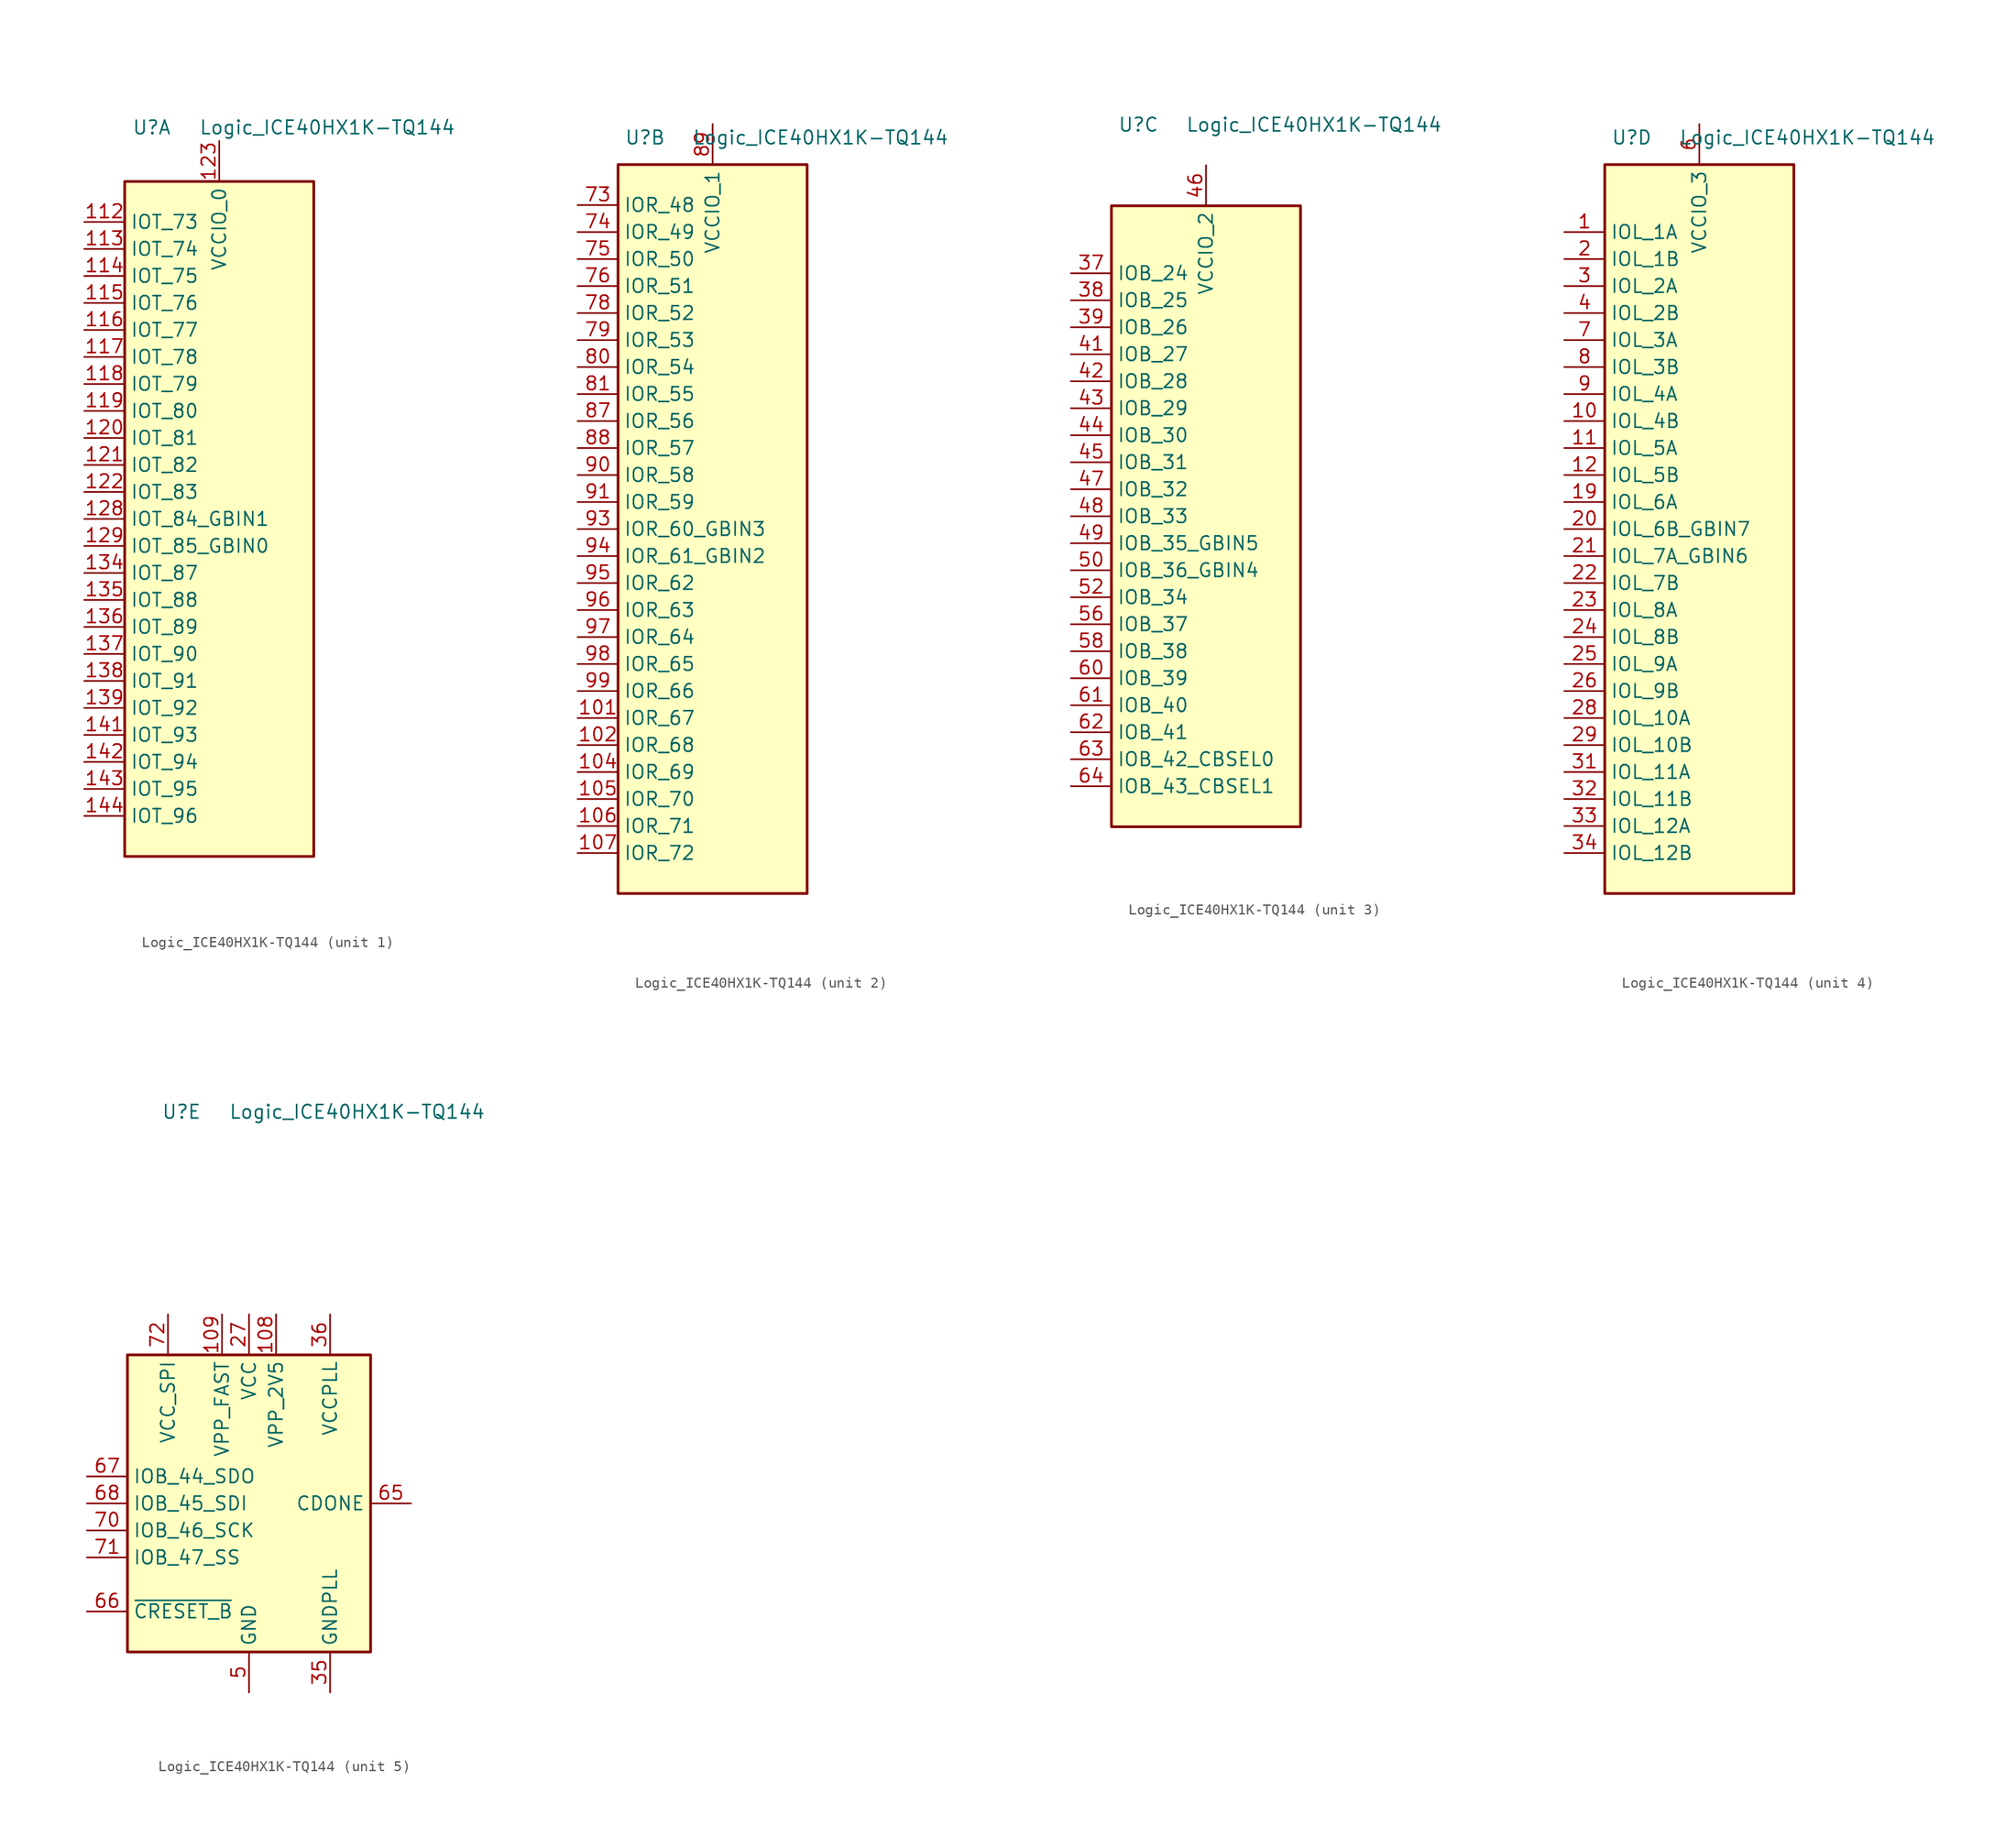
<source format=kicad_sym>
(kicad_symbol_lib
  (version 20220914)
  (generator kicad_symbol_editor)
  (symbol "Logic_ICE40HX1K-TQ144"
    (property "Reference" "U"
      (at -6.35 36.83 0)
      (effects (font (size 1.27 1.27))))
    (property "Value" "Logic_ICE40HX1K-TQ144"
      (at 10.16 36.83 0)
      (effects (font (size 1.27 1.27))))
    (property "ki_locked" ""
      (at 0 0 0)
      (effects (font (size 1.27 1.27))))
    (symbol "Logic_ICE40HX1K-TQ144_1_1"
      (rectangle (start -8.89 31.75) (end 8.89 -31.75) (stroke (width 0.254) (type solid)) (fill (type background)))
      (pin bidirectional line (at -12.7 27.94 0) (length 3.81) (name "IOT_73" (effects (font (size 1.27 1.27)))) (number "112" (effects (font (size 1.27 1.27)))))
      (pin bidirectional line (at -12.7 25.4 0) (length 3.81) (name "IOT_74" (effects (font (size 1.27 1.27)))) (number "113" (effects (font (size 1.27 1.27)))))
      (pin bidirectional line (at -12.7 22.86 0) (length 3.81) (name "IOT_75" (effects (font (size 1.27 1.27)))) (number "114" (effects (font (size 1.27 1.27)))))
      (pin bidirectional line (at -12.7 20.32 0) (length 3.81) (name "IOT_76" (effects (font (size 1.27 1.27)))) (number "115" (effects (font (size 1.27 1.27)))))
      (pin bidirectional line (at -12.7 17.78 0) (length 3.81) (name "IOT_77" (effects (font (size 1.27 1.27)))) (number "116" (effects (font (size 1.27 1.27)))))
      (pin bidirectional line (at -12.7 15.24 0) (length 3.81) (name "IOT_78" (effects (font (size 1.27 1.27)))) (number "117" (effects (font (size 1.27 1.27)))))
      (pin bidirectional line (at -12.7 12.7 0) (length 3.81) (name "IOT_79" (effects (font (size 1.27 1.27)))) (number "118" (effects (font (size 1.27 1.27)))))
      (pin bidirectional line (at -12.7 10.16 0) (length 3.81) (name "IOT_80" (effects (font (size 1.27 1.27)))) (number "119" (effects (font (size 1.27 1.27)))))
      (pin bidirectional line (at -12.7 7.62 0) (length 3.81) (name "IOT_81" (effects (font (size 1.27 1.27)))) (number "120" (effects (font (size 1.27 1.27)))))
      (pin bidirectional line (at -12.7 5.08 0) (length 3.81) (name "IOT_82" (effects (font (size 1.27 1.27)))) (number "121" (effects (font (size 1.27 1.27)))))
      (pin bidirectional line (at -12.7 2.54 0) (length 3.81) (name "IOT_83" (effects (font (size 1.27 1.27)))) (number "122" (effects (font (size 1.27 1.27)))))
      (pin power_in line (at 0 35.56 270) (length 3.81) (name "VCCIO_0" (effects (font (size 1.27 1.27)))) (number "123" (effects (font (size 1.27 1.27)))))
      (pin bidirectional line (at -12.7 0 0) (length 3.81) (name "IOT_84_GBIN1" (effects (font (size 1.27 1.27)))) (number "128" (effects (font (size 1.27 1.27)))))
      (pin bidirectional line (at -12.7 -2.54 0) (length 3.81) (name "IOT_85_GBIN0" (effects (font (size 1.27 1.27)))) (number "129" (effects (font (size 1.27 1.27)))))
      (pin passive line (at 0 35.56 270) (length 3.81) hide (name "VCCIO_0" (effects (font (size 1.27 1.27)))) (number "133" (effects (font (size 1.27 1.27)))))
      (pin bidirectional line (at -12.7 -5.08 0) (length 3.81) (name "IOT_87" (effects (font (size 1.27 1.27)))) (number "134" (effects (font (size 1.27 1.27)))))
      (pin bidirectional line (at -12.7 -7.62 0) (length 3.81) (name "IOT_88" (effects (font (size 1.27 1.27)))) (number "135" (effects (font (size 1.27 1.27)))))
      (pin bidirectional line (at -12.7 -10.16 0) (length 3.81) (name "IOT_89" (effects (font (size 1.27 1.27)))) (number "136" (effects (font (size 1.27 1.27)))))
      (pin bidirectional line (at -12.7 -12.7 0) (length 3.81) (name "IOT_90" (effects (font (size 1.27 1.27)))) (number "137" (effects (font (size 1.27 1.27)))))
      (pin bidirectional line (at -12.7 -15.24 0) (length 3.81) (name "IOT_91" (effects (font (size 1.27 1.27)))) (number "138" (effects (font (size 1.27 1.27)))))
      (pin bidirectional line (at -12.7 -17.78 0) (length 3.81) (name "IOT_92" (effects (font (size 1.27 1.27)))) (number "139" (effects (font (size 1.27 1.27)))))
      (pin bidirectional line (at -12.7 -20.32 0) (length 3.81) (name "IOT_93" (effects (font (size 1.27 1.27)))) (number "141" (effects (font (size 1.27 1.27)))))
      (pin bidirectional line (at -12.7 -22.86 0) (length 3.81) (name "IOT_94" (effects (font (size 1.27 1.27)))) (number "142" (effects (font (size 1.27 1.27)))))
      (pin bidirectional line (at -12.7 -25.4 0) (length 3.81) (name "IOT_95" (effects (font (size 1.27 1.27)))) (number "143" (effects (font (size 1.27 1.27)))))
      (pin bidirectional line (at -12.7 -27.94 0) (length 3.81) (name "IOT_96" (effects (font (size 1.27 1.27)))) (number "144" (effects (font (size 1.27 1.27)))))
      (pin no_connect line (at 7.62 10.16 180) (length 3.81) hide (name "NC" (effects (font (size 1.27 1.27)))) (number "15" (effects (font (size 1.27 1.27)))))
      (pin no_connect line (at 7.62 7.62 180) (length 3.81) hide (name "NC" (effects (font (size 1.27 1.27)))) (number "16" (effects (font (size 1.27 1.27)))))
      (pin no_connect line (at 7.62 5.08 180) (length 3.81) hide (name "NC" (effects (font (size 1.27 1.27)))) (number "17" (effects (font (size 1.27 1.27)))))
      (pin no_connect line (at 7.62 -7.62 180) (length 3.81) hide (name "NC" (effects (font (size 1.27 1.27)))) (number "18" (effects (font (size 1.27 1.27)))))
      (pin no_connect line (at 7.62 -10.16 180) (length 3.81) hide (name "NC" (effects (font (size 1.27 1.27)))) (number "77" (effects (font (size 1.27 1.27))))))
    (symbol "Logic_ICE40HX1K-TQ144_2_1"
      (rectangle (start -8.89 34.29) (end 8.89 -34.29) (stroke (width 0.254) (type solid)) (fill (type background)))
      (pin passive line (at 0 38.1 270) (length 3.81) hide (name "VCCIO_1" (effects (font (size 1.27 1.27)))) (number "100" (effects (font (size 1.27 1.27)))))
      (pin bidirectional line (at -12.7 -17.78 0) (length 3.81) (name "IOR_67" (effects (font (size 1.27 1.27)))) (number "101" (effects (font (size 1.27 1.27)))))
      (pin bidirectional line (at -12.7 -20.32 0) (length 3.81) (name "IOR_68" (effects (font (size 1.27 1.27)))) (number "102" (effects (font (size 1.27 1.27)))))
      (pin bidirectional line (at -12.7 -22.86 0) (length 3.81) (name "IOR_69" (effects (font (size 1.27 1.27)))) (number "104" (effects (font (size 1.27 1.27)))))
      (pin bidirectional line (at -12.7 -25.4 0) (length 3.81) (name "IOR_70" (effects (font (size 1.27 1.27)))) (number "105" (effects (font (size 1.27 1.27)))))
      (pin bidirectional line (at -12.7 -27.94 0) (length 3.81) (name "IOR_71" (effects (font (size 1.27 1.27)))) (number "106" (effects (font (size 1.27 1.27)))))
      (pin bidirectional line (at -12.7 -30.48 0) (length 3.81) (name "IOR_72" (effects (font (size 1.27 1.27)))) (number "107" (effects (font (size 1.27 1.27)))))
      (pin no_connect line (at 7.62 10.16 180) (length 3.81) hide (name "NC" (effects (font (size 1.27 1.27)))) (number "40" (effects (font (size 1.27 1.27)))))
      (pin no_connect line (at 7.62 7.62 180) (length 3.81) hide (name "NC" (effects (font (size 1.27 1.27)))) (number "53" (effects (font (size 1.27 1.27)))))
      (pin no_connect line (at 7.62 5.08 180) (length 3.81) hide (name "NC" (effects (font (size 1.27 1.27)))) (number "54" (effects (font (size 1.27 1.27)))))
      (pin no_connect line (at 7.62 -7.62 180) (length 3.81) hide (name "NC" (effects (font (size 1.27 1.27)))) (number "55" (effects (font (size 1.27 1.27)))))
      (pin bidirectional line (at -12.7 30.48 0) (length 3.81) (name "IOR_48" (effects (font (size 1.27 1.27)))) (number "73" (effects (font (size 1.27 1.27)))))
      (pin bidirectional line (at -12.7 27.94 0) (length 3.81) (name "IOR_49" (effects (font (size 1.27 1.27)))) (number "74" (effects (font (size 1.27 1.27)))))
      (pin bidirectional line (at -12.7 25.4 0) (length 3.81) (name "IOR_50" (effects (font (size 1.27 1.27)))) (number "75" (effects (font (size 1.27 1.27)))))
      (pin bidirectional line (at -12.7 22.86 0) (length 3.81) (name "IOR_51" (effects (font (size 1.27 1.27)))) (number "76" (effects (font (size 1.27 1.27)))))
      (pin bidirectional line (at -12.7 20.32 0) (length 3.81) (name "IOR_52" (effects (font (size 1.27 1.27)))) (number "78" (effects (font (size 1.27 1.27)))))
      (pin bidirectional line (at -12.7 17.78 0) (length 3.81) (name "IOR_53" (effects (font (size 1.27 1.27)))) (number "79" (effects (font (size 1.27 1.27)))))
      (pin bidirectional line (at -12.7 15.24 0) (length 3.81) (name "IOR_54" (effects (font (size 1.27 1.27)))) (number "80" (effects (font (size 1.27 1.27)))))
      (pin bidirectional line (at -12.7 12.7 0) (length 3.81) (name "IOR_55" (effects (font (size 1.27 1.27)))) (number "81" (effects (font (size 1.27 1.27)))))
      (pin no_connect line (at 7.62 -10.16 180) (length 3.81) hide (name "NC" (effects (font (size 1.27 1.27)))) (number "82" (effects (font (size 1.27 1.27)))))
      (pin bidirectional line (at -12.7 10.16 0) (length 3.81) (name "IOR_56" (effects (font (size 1.27 1.27)))) (number "87" (effects (font (size 1.27 1.27)))))
      (pin bidirectional line (at -12.7 7.62 0) (length 3.81) (name "IOR_57" (effects (font (size 1.27 1.27)))) (number "88" (effects (font (size 1.27 1.27)))))
      (pin power_in line (at 0 38.1 270) (length 3.81) (name "VCCIO_1" (effects (font (size 1.27 1.27)))) (number "89" (effects (font (size 1.27 1.27)))))
      (pin bidirectional line (at -12.7 5.08 0) (length 3.81) (name "IOR_58" (effects (font (size 1.27 1.27)))) (number "90" (effects (font (size 1.27 1.27)))))
      (pin bidirectional line (at -12.7 2.54 0) (length 3.81) (name "IOR_59" (effects (font (size 1.27 1.27)))) (number "91" (effects (font (size 1.27 1.27)))))
      (pin bidirectional line (at -12.7 0 0) (length 3.81) (name "IOR_60_GBIN3" (effects (font (size 1.27 1.27)))) (number "93" (effects (font (size 1.27 1.27)))))
      (pin bidirectional line (at -12.7 -2.54 0) (length 3.81) (name "IOR_61_GBIN2" (effects (font (size 1.27 1.27)))) (number "94" (effects (font (size 1.27 1.27)))))
      (pin bidirectional line (at -12.7 -5.08 0) (length 3.81) (name "IOR_62" (effects (font (size 1.27 1.27)))) (number "95" (effects (font (size 1.27 1.27)))))
      (pin bidirectional line (at -12.7 -7.62 0) (length 3.81) (name "IOR_63" (effects (font (size 1.27 1.27)))) (number "96" (effects (font (size 1.27 1.27)))))
      (pin bidirectional line (at -12.7 -10.16 0) (length 3.81) (name "IOR_64" (effects (font (size 1.27 1.27)))) (number "97" (effects (font (size 1.27 1.27)))))
      (pin bidirectional line (at -12.7 -12.7 0) (length 3.81) (name "IOR_65" (effects (font (size 1.27 1.27)))) (number "98" (effects (font (size 1.27 1.27)))))
      (pin bidirectional line (at -12.7 -15.24 0) (length 3.81) (name "IOR_66" (effects (font (size 1.27 1.27)))) (number "99" (effects (font (size 1.27 1.27))))))
    (symbol "Logic_ICE40HX1K-TQ144_3_1"
      (rectangle (start -8.89 29.21) (end 8.89 -29.21) (stroke (width 0.254) (type solid)) (fill (type background)))
      (pin no_connect line (at 7.62 -10.16 180) (length 3.81) hide (name "NC" (effects (font (size 1.27 1.27)))) (number "110" (effects (font (size 1.27 1.27)))))
      (pin no_connect line (at 7.62 -17.78 180) (length 3.81) hide (name "NC" (effects (font (size 1.27 1.27)))) (number "124" (effects (font (size 1.27 1.27)))))
      (pin bidirectional line (at -12.7 22.86 0) (length 3.81) (name "IOB_24" (effects (font (size 1.27 1.27)))) (number "37" (effects (font (size 1.27 1.27)))))
      (pin bidirectional line (at -12.7 20.32 0) (length 3.81) (name "IOB_25" (effects (font (size 1.27 1.27)))) (number "38" (effects (font (size 1.27 1.27)))))
      (pin bidirectional line (at -12.7 17.78 0) (length 3.81) (name "IOB_26" (effects (font (size 1.27 1.27)))) (number "39" (effects (font (size 1.27 1.27)))))
      (pin bidirectional line (at -12.7 15.24 0) (length 3.81) (name "IOB_27" (effects (font (size 1.27 1.27)))) (number "41" (effects (font (size 1.27 1.27)))))
      (pin bidirectional line (at -12.7 12.7 0) (length 3.81) (name "IOB_28" (effects (font (size 1.27 1.27)))) (number "42" (effects (font (size 1.27 1.27)))))
      (pin bidirectional line (at -12.7 10.16 0) (length 3.81) (name "IOB_29" (effects (font (size 1.27 1.27)))) (number "43" (effects (font (size 1.27 1.27)))))
      (pin bidirectional line (at -12.7 7.62 0) (length 3.81) (name "IOB_30" (effects (font (size 1.27 1.27)))) (number "44" (effects (font (size 1.27 1.27)))))
      (pin bidirectional line (at -12.7 5.08 0) (length 3.81) (name "IOB_31" (effects (font (size 1.27 1.27)))) (number "45" (effects (font (size 1.27 1.27)))))
      (pin power_in line (at 0 33.02 270) (length 3.81) (name "VCCIO_2" (effects (font (size 1.27 1.27)))) (number "46" (effects (font (size 1.27 1.27)))))
      (pin bidirectional line (at -12.7 2.54 0) (length 3.81) (name "IOB_32" (effects (font (size 1.27 1.27)))) (number "47" (effects (font (size 1.27 1.27)))))
      (pin bidirectional line (at -12.7 0 0) (length 3.81) (name "IOB_33" (effects (font (size 1.27 1.27)))) (number "48" (effects (font (size 1.27 1.27)))))
      (pin bidirectional line (at -12.7 -2.54 0) (length 3.81) (name "IOB_35_GBIN5" (effects (font (size 1.27 1.27)))) (number "49" (effects (font (size 1.27 1.27)))))
      (pin bidirectional line (at -12.7 -5.08 0) (length 3.81) (name "IOB_36_GBIN4" (effects (font (size 1.27 1.27)))) (number "50" (effects (font (size 1.27 1.27)))))
      (pin bidirectional line (at -12.7 -7.62 0) (length 3.81) (name "IOB_34" (effects (font (size 1.27 1.27)))) (number "52" (effects (font (size 1.27 1.27)))))
      (pin bidirectional line (at -12.7 -10.16 0) (length 3.81) (name "IOB_37" (effects (font (size 1.27 1.27)))) (number "56" (effects (font (size 1.27 1.27)))))
      (pin passive line (at 0 33.02 270) (length 3.81) hide (name "VCCIO_2" (effects (font (size 1.27 1.27)))) (number "57" (effects (font (size 1.27 1.27)))))
      (pin bidirectional line (at -12.7 -12.7 0) (length 3.81) (name "IOB_38" (effects (font (size 1.27 1.27)))) (number "58" (effects (font (size 1.27 1.27)))))
      (pin bidirectional line (at -12.7 -15.24 0) (length 3.81) (name "IOB_39" (effects (font (size 1.27 1.27)))) (number "60" (effects (font (size 1.27 1.27)))))
      (pin bidirectional line (at -12.7 -17.78 0) (length 3.81) (name "IOB_40" (effects (font (size 1.27 1.27)))) (number "61" (effects (font (size 1.27 1.27)))))
      (pin bidirectional line (at -12.7 -20.32 0) (length 3.81) (name "IOB_41" (effects (font (size 1.27 1.27)))) (number "62" (effects (font (size 1.27 1.27)))))
      (pin bidirectional line (at -12.7 -22.86 0) (length 3.81) (name "IOB_42_CBSEL0" (effects (font (size 1.27 1.27)))) (number "63" (effects (font (size 1.27 1.27)))))
      (pin bidirectional line (at -12.7 -25.4 0) (length 3.81) (name "IOB_43_CBSEL1" (effects (font (size 1.27 1.27)))) (number "64" (effects (font (size 1.27 1.27)))))
      (pin no_connect line (at 7.62 10.16 180) (length 3.81) hide (name "NC" (effects (font (size 1.27 1.27)))) (number "83" (effects (font (size 1.27 1.27)))))
      (pin no_connect line (at 7.62 7.62 180) (length 3.81) hide (name "NC" (effects (font (size 1.27 1.27)))) (number "84" (effects (font (size 1.27 1.27)))))
      (pin no_connect line (at 7.62 -12.7 180) (length 3.81) hide (name "NC" (effects (font (size 1.27 1.27)))) (number "85" (effects (font (size 1.27 1.27))))))
    (symbol "Logic_ICE40HX1K-TQ144_4_1"
      (rectangle (start -8.89 34.29) (end 8.89 -34.29) (stroke (width 0.254) (type solid)) (fill (type background)))
      (pin bidirectional line (at -12.7 27.94 0) (length 3.81) (name "IOL_1A" (effects (font (size 1.27 1.27)))) (number "1" (effects (font (size 1.27 1.27)))))
      (pin bidirectional line (at -12.7 10.16 0) (length 3.81) (name "IOL_4B" (effects (font (size 1.27 1.27)))) (number "10" (effects (font (size 1.27 1.27)))))
      (pin bidirectional line (at -12.7 7.62 0) (length 3.81) (name "IOL_5A" (effects (font (size 1.27 1.27)))) (number "11" (effects (font (size 1.27 1.27)))))
      (pin bidirectional line (at -12.7 5.08 0) (length 3.81) (name "IOL_5B" (effects (font (size 1.27 1.27)))) (number "12" (effects (font (size 1.27 1.27)))))
      (pin no_connect line (at 7.62 10.16 180) (length 3.81) hide (name "NC" (effects (font (size 1.27 1.27)))) (number "125" (effects (font (size 1.27 1.27)))))
      (pin no_connect line (at 7.62 7.62 180) (length 3.81) hide (name "NC" (effects (font (size 1.27 1.27)))) (number "126" (effects (font (size 1.27 1.27)))))
      (pin no_connect line (at 7.62 5.08 180) (length 3.81) hide (name "NC" (effects (font (size 1.27 1.27)))) (number "127" (effects (font (size 1.27 1.27)))))
      (pin no_connect line (at 7.62 -7.62 180) (length 3.81) hide (name "NC" (effects (font (size 1.27 1.27)))) (number "130" (effects (font (size 1.27 1.27)))))
      (pin no_connect line (at 7.62 -10.16 180) (length 3.81) hide (name "NC" (effects (font (size 1.27 1.27)))) (number "131" (effects (font (size 1.27 1.27)))))
      (pin bidirectional line (at -12.7 2.54 0) (length 3.81) (name "IOL_6A" (effects (font (size 1.27 1.27)))) (number "19" (effects (font (size 1.27 1.27)))))
      (pin bidirectional line (at -12.7 25.4 0) (length 3.81) (name "IOL_1B" (effects (font (size 1.27 1.27)))) (number "2" (effects (font (size 1.27 1.27)))))
      (pin bidirectional line (at -12.7 0 0) (length 3.81) (name "IOL_6B_GBIN7" (effects (font (size 1.27 1.27)))) (number "20" (effects (font (size 1.27 1.27)))))
      (pin bidirectional line (at -12.7 -2.54 0) (length 3.81) (name "IOL_7A_GBIN6" (effects (font (size 1.27 1.27)))) (number "21" (effects (font (size 1.27 1.27)))))
      (pin bidirectional line (at -12.7 -5.08 0) (length 3.81) (name "IOL_7B" (effects (font (size 1.27 1.27)))) (number "22" (effects (font (size 1.27 1.27)))))
      (pin bidirectional line (at -12.7 -7.62 0) (length 3.81) (name "IOL_8A" (effects (font (size 1.27 1.27)))) (number "23" (effects (font (size 1.27 1.27)))))
      (pin bidirectional line (at -12.7 -10.16 0) (length 3.81) (name "IOL_8B" (effects (font (size 1.27 1.27)))) (number "24" (effects (font (size 1.27 1.27)))))
      (pin bidirectional line (at -12.7 -12.7 0) (length 3.81) (name "IOL_9A" (effects (font (size 1.27 1.27)))) (number "25" (effects (font (size 1.27 1.27)))))
      (pin bidirectional line (at -12.7 -15.24 0) (length 3.81) (name "IOL_9B" (effects (font (size 1.27 1.27)))) (number "26" (effects (font (size 1.27 1.27)))))
      (pin bidirectional line (at -12.7 -17.78 0) (length 3.81) (name "IOL_10A" (effects (font (size 1.27 1.27)))) (number "28" (effects (font (size 1.27 1.27)))))
      (pin bidirectional line (at -12.7 -20.32 0) (length 3.81) (name "IOL_10B" (effects (font (size 1.27 1.27)))) (number "29" (effects (font (size 1.27 1.27)))))
      (pin bidirectional line (at -12.7 22.86 0) (length 3.81) (name "IOL_2A" (effects (font (size 1.27 1.27)))) (number "3" (effects (font (size 1.27 1.27)))))
      (pin passive line (at 0 38.1 270) (length 3.81) hide (name "VCCIO_3" (effects (font (size 1.27 1.27)))) (number "30" (effects (font (size 1.27 1.27)))))
      (pin bidirectional line (at -12.7 -22.86 0) (length 3.81) (name "IOL_11A" (effects (font (size 1.27 1.27)))) (number "31" (effects (font (size 1.27 1.27)))))
      (pin bidirectional line (at -12.7 -25.4 0) (length 3.81) (name "IOL_11B" (effects (font (size 1.27 1.27)))) (number "32" (effects (font (size 1.27 1.27)))))
      (pin bidirectional line (at -12.7 -27.94 0) (length 3.81) (name "IOL_12A" (effects (font (size 1.27 1.27)))) (number "33" (effects (font (size 1.27 1.27)))))
      (pin bidirectional line (at -12.7 -30.48 0) (length 3.81) (name "IOL_12B" (effects (font (size 1.27 1.27)))) (number "34" (effects (font (size 1.27 1.27)))))
      (pin bidirectional line (at -12.7 20.32 0) (length 3.81) (name "IOL_2B" (effects (font (size 1.27 1.27)))) (number "4" (effects (font (size 1.27 1.27)))))
      (pin power_in line (at 0 38.1 270) (length 3.81) (name "VCCIO_3" (effects (font (size 1.27 1.27)))) (number "6" (effects (font (size 1.27 1.27)))))
      (pin bidirectional line (at -12.7 17.78 0) (length 3.81) (name "IOL_3A" (effects (font (size 1.27 1.27)))) (number "7" (effects (font (size 1.27 1.27)))))
      (pin bidirectional line (at -12.7 15.24 0) (length 3.81) (name "IOL_3B" (effects (font (size 1.27 1.27)))) (number "8" (effects (font (size 1.27 1.27)))))
      (pin bidirectional line (at -12.7 12.7 0) (length 3.81) (name "IOL_4A" (effects (font (size 1.27 1.27)))) (number "9" (effects (font (size 1.27 1.27))))))
    (symbol "Logic_ICE40HX1K-TQ144_5_1"
      (rectangle (start -11.43 13.97) (end 11.43 -13.97) (stroke (width 0.254) (type solid)) (fill (type background)))
      (pin passive line (at 0 -17.78 90) (length 3.81) hide (name "GND" (effects (font (size 1.27 1.27)))) (number "103" (effects (font (size 1.27 1.27)))))
      (pin power_in line (at 2.54 17.78 270) (length 3.81) (name "VPP_2V5" (effects (font (size 1.27 1.27)))) (number "108" (effects (font (size 1.27 1.27)))))
      (pin power_in line (at -2.54 17.78 270) (length 3.81) (name "VPP_FAST" (effects (font (size 1.27 1.27)))) (number "109" (effects (font (size 1.27 1.27)))))
      (pin passive line (at 0 17.78 270) (length 3.81) hide (name "VCC" (effects (font (size 1.27 1.27)))) (number "111" (effects (font (size 1.27 1.27)))))
      (pin passive line (at 0 -17.78 90) (length 3.81) hide (name "GND" (effects (font (size 1.27 1.27)))) (number "13" (effects (font (size 1.27 1.27)))))
      (pin passive line (at 0 -17.78 90) (length 3.81) hide (name "GND" (effects (font (size 1.27 1.27)))) (number "132" (effects (font (size 1.27 1.27)))))
      (pin passive line (at 0 -17.78 90) (length 3.81) hide (name "GND" (effects (font (size 1.27 1.27)))) (number "14" (effects (font (size 1.27 1.27)))))
      (pin passive line (at 0 -17.78 90) (length 3.81) hide (name "GND" (effects (font (size 1.27 1.27)))) (number "140" (effects (font (size 1.27 1.27)))))
      (pin power_in line (at 0 17.78 270) (length 3.81) (name "VCC" (effects (font (size 1.27 1.27)))) (number "27" (effects (font (size 1.27 1.27)))))
      (pin power_in line (at 7.62 -17.78 90) (length 3.81) (name "GNDPLL" (effects (font (size 1.27 1.27)))) (number "35" (effects (font (size 1.27 1.27)))))
      (pin power_in line (at 7.62 17.78 270) (length 3.81) (name "VCCPLL" (effects (font (size 1.27 1.27)))) (number "36" (effects (font (size 1.27 1.27)))))
      (pin power_in line (at 0 -17.78 90) (length 3.81) (name "GND" (effects (font (size 1.27 1.27)))) (number "5" (effects (font (size 1.27 1.27)))))
      (pin passive line (at 0 17.78 270) (length 3.81) hide (name "VCC" (effects (font (size 1.27 1.27)))) (number "51" (effects (font (size 1.27 1.27)))))
      (pin passive line (at 0 -17.78 90) (length 3.81) hide (name "GND" (effects (font (size 1.27 1.27)))) (number "59" (effects (font (size 1.27 1.27)))))
      (pin open_collector line (at 15.24 0 180) (length 3.81) (name "CDONE" (effects (font (size 1.27 1.27)))) (number "65" (effects (font (size 1.27 1.27)))))
      (pin input line (at -15.24 -10.16 0) (length 3.81) (name "~{CRESET_B}" (effects (font (size 1.27 1.27)))) (number "66" (effects (font (size 1.27 1.27)))))
      (pin bidirectional line (at -15.24 2.54 0) (length 3.81) (name "IOB_44_SDO" (effects (font (size 1.27 1.27)))) (number "67" (effects (font (size 1.27 1.27)))))
      (pin bidirectional line (at -15.24 0 0) (length 3.81) (name "IOB_45_SDI" (effects (font (size 1.27 1.27)))) (number "68" (effects (font (size 1.27 1.27)))))
      (pin passive line (at 0 -17.78 90) (length 3.81) hide (name "GND" (effects (font (size 1.27 1.27)))) (number "69" (effects (font (size 1.27 1.27)))))
      (pin bidirectional line (at -15.24 -2.54 0) (length 3.81) (name "IOB_46_SCK" (effects (font (size 1.27 1.27)))) (number "70" (effects (font (size 1.27 1.27)))))
      (pin bidirectional line (at -15.24 -5.08 0) (length 3.81) (name "IOB_47_SS" (effects (font (size 1.27 1.27)))) (number "71" (effects (font (size 1.27 1.27)))))
      (pin power_in line (at -7.62 17.78 270) (length 3.81) (name "VCC_SPI" (effects (font (size 1.27 1.27)))) (number "72" (effects (font (size 1.27 1.27)))))
      (pin passive line (at 0 -17.78 90) (length 3.81) hide (name "GND" (effects (font (size 1.27 1.27)))) (number "86" (effects (font (size 1.27 1.27)))))
      (pin passive line (at 0 17.78 270) (length 3.81) hide (name "VCC" (effects (font (size 1.27 1.27)))) (number "92" (effects (font (size 1.27 1.27))))))))
</source>
